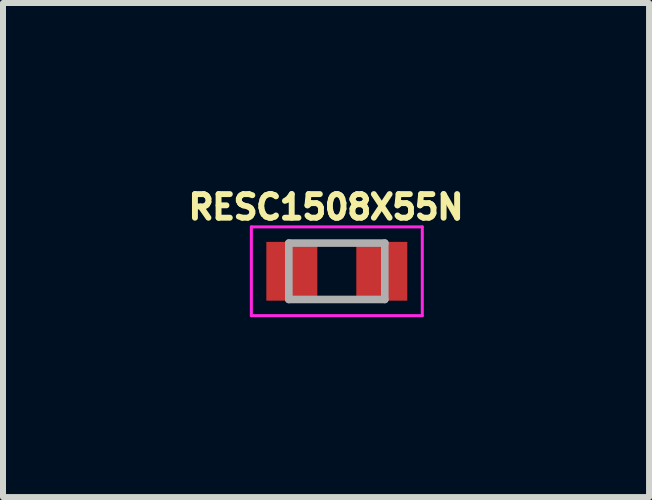
<source format=kicad_pcb>
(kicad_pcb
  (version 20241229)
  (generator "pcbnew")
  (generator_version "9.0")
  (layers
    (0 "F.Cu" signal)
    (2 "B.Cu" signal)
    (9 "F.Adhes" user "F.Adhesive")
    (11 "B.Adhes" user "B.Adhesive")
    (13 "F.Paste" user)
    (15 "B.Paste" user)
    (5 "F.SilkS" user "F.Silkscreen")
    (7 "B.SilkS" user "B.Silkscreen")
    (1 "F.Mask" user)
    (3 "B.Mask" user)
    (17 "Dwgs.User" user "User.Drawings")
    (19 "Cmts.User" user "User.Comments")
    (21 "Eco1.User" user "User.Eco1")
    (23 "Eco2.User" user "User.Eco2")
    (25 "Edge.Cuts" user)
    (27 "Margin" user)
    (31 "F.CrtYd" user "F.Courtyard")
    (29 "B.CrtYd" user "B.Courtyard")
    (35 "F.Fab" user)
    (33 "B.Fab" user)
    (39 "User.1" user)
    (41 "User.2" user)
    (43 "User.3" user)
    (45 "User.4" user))
  (footprint "RESC1508X55N"
    (layer "F.Cu")
    (at 2.566 1.473)
    (property "Reference" "RESC1508X55N" (at -0.18 -1.07 0) (layer "F.SilkS") (effects (font (size 0.394 0.394) (thickness 0.15))))
    (attr smd)
    (fp_line (start -1.425 -0.74) (end 1.425 -0.74) (stroke (width 0.05) (type solid)) (layer "F.CrtYd"))
    (fp_line (start -1.425 0.74) (end -1.425 -0.74) (stroke (width 0.05) (type solid)) (layer "F.CrtYd"))
    (fp_line (start -1.425 0.74) (end 1.425 0.74) (stroke (width 0.05) (type solid)) (layer "F.CrtYd"))
    (fp_line (start 1.425 0.74) (end 1.425 -0.74) (stroke (width 0.05) (type solid)) (layer "F.CrtYd"))
    (fp_line (start -0.8 0.47) (end -0.8 -0.47) (stroke (width 0.127) (type solid)) (layer "F.Fab"))
    (fp_line (start 0.8 -0.47) (end -0.8 -0.47) (stroke (width 0.127) (type solid)) (layer "F.Fab"))
    (fp_line (start 0.8 0.47) (end -0.8 0.47) (stroke (width 0.127) (type solid)) (layer "F.Fab"))
    (fp_line (start 0.8 0.47) (end 0.8 -0.47) (stroke (width 0.127) (type solid)) (layer "F.Fab"))
    (pad "1" smd rect (at -0.75 0) (size 0.85 0.98) (layers "F.Cu" "F.Mask" "F.Paste"))
    (pad "2" smd rect (at 0.75 0) (size 0.85 0.98) (layers "F.Cu" "F.Mask" "F.Paste")))
  (gr_rect
    (start -3 -3)
    (end 7.772 5.238)
    (stroke (width 0.1) (type default))
    (fill no)
    (layer "Edge.Cuts")))
</source>
